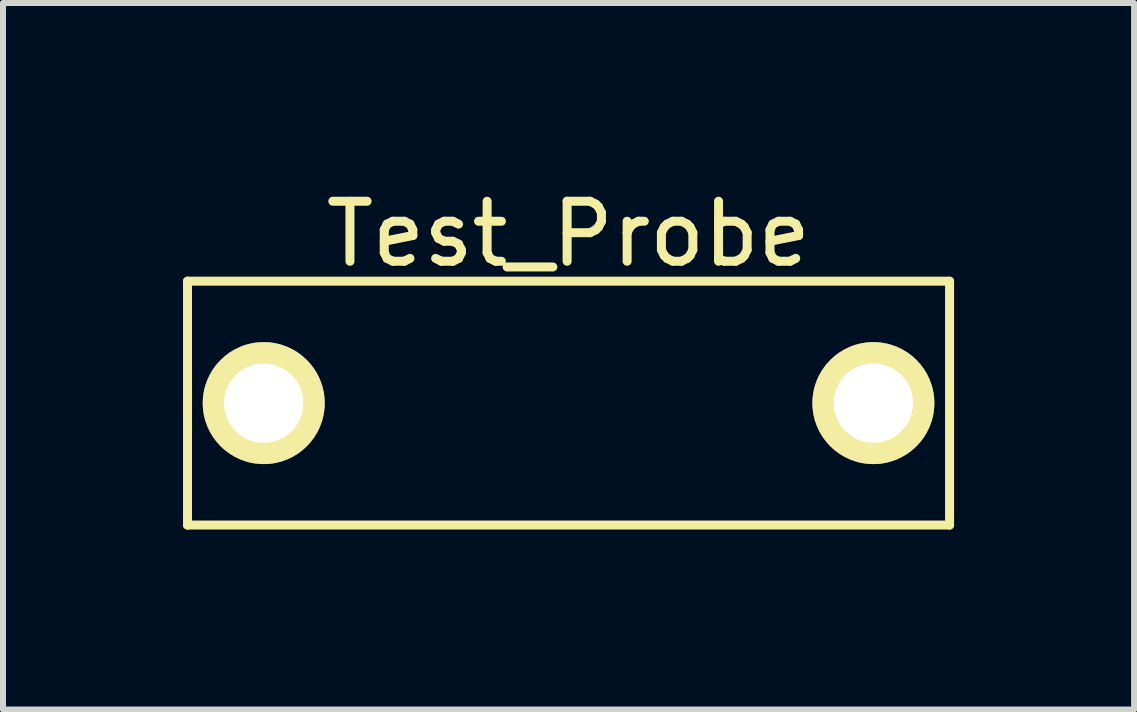
<source format=kicad_pcb>
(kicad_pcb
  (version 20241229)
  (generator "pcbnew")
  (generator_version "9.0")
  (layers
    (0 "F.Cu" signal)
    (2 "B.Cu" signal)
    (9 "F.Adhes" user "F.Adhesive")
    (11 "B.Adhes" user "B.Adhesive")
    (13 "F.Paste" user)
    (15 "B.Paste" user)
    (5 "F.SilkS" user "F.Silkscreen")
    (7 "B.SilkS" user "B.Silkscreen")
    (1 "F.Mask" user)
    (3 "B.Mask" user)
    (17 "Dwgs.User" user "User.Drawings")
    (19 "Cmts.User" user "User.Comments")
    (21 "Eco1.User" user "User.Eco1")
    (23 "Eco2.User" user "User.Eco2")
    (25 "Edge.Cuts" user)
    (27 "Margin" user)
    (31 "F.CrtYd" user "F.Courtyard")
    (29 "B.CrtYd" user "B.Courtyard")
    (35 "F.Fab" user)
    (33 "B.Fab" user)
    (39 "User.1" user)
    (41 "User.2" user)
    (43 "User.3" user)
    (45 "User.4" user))
  (footprint "Test_Probe"
    (layer "F.Cu")
    (at 6.425 3.668)
    (property "Reference" "Test_Probe" (at 0 -2.819 0) (layer "F.SilkS") (effects (font (size 1 1) (thickness 0.15))))
    (attr through_hole)
    (fp_line (start -6.35 -2.032) (end 6.35 -2.032) (stroke (width 0.15) (type solid)) (layer "F.SilkS"))
    (fp_line (start -6.35 2.032) (end -6.35 -2.032) (stroke (width 0.15) (type solid)) (layer "F.SilkS"))
    (fp_line (start 6.35 -2.032) (end 6.35 2.032) (stroke (width 0.15) (type solid)) (layer "F.SilkS"))
    (fp_line (start 6.35 2.032) (end -6.35 2.032) (stroke (width 0.15) (type solid)) (layer "F.SilkS"))
    (pad "1" thru_hole circle (at -5.08 0) (size 2.032 2.032) (drill 1.321) (layers "*.Cu" "*.Mask" "F.SilkS"))
    (pad "2" thru_hole circle (at 5.08 0) (size 2.032 2.032) (drill 1.321) (layers "*.Cu" "*.Mask" "F.SilkS")))
  (gr_rect
    (start -3 -3)
    (end 15.85 8.775)
    (stroke (width 0.1) (type default))
    (fill no)
    (layer "Edge.Cuts")))
</source>
